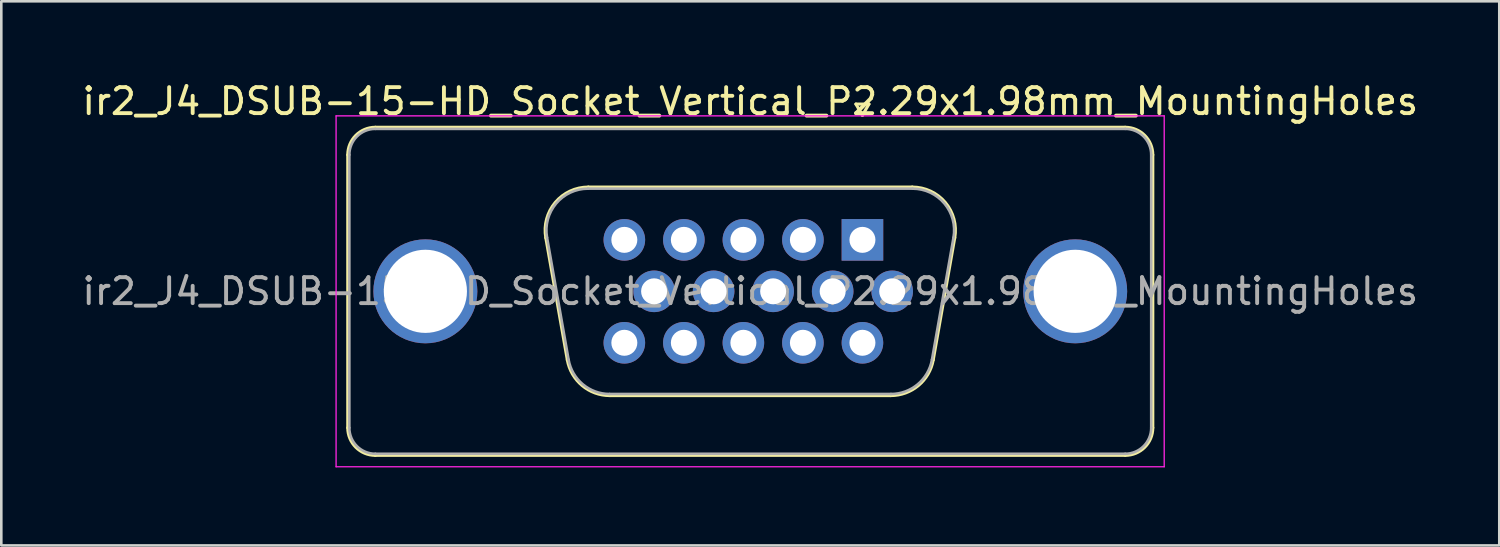
<source format=kicad_pcb>
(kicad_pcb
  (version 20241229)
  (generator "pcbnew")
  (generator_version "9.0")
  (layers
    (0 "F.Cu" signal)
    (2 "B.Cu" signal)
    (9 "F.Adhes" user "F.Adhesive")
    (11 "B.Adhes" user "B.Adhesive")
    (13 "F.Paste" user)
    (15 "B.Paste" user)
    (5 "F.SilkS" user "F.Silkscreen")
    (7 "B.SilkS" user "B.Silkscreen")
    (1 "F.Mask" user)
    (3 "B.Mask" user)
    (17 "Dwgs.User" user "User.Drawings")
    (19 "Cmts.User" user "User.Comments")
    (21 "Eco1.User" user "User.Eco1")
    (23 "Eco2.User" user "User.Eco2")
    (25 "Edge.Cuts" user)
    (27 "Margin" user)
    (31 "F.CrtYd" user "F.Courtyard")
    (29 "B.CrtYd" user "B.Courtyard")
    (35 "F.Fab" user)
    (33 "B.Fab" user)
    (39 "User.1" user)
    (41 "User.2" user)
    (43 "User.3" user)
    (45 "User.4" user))
  (footprint "ir2_J4_DSUB-15-HD_Socket_Vertical_P2.29x1.98mm_MountingHoles"
    (layer "F.Cu")
    (at 30.13 6.178)
    (property "Reference" "ir2_J4_DSUB-15-HD_Socket_Vertical_P2.29x1.98mm_MountingHoles" (at -4.315 -5.33 0) (layer "F.SilkS") (effects (font (size 1 1) (thickness 0.15))))
    (attr through_hole)
    (fp_line (start -19.8 7.23) (end -19.8 -3.27) (stroke (width 0.12) (type solid)) (layer "F.SilkS"))
    (fp_line (start -18.74 -4.33) (end 10.11 -4.33) (stroke (width 0.12) (type solid)) (layer "F.SilkS"))
    (fp_line (start -11.353 4.618) (end -12.181 -0.082) (stroke (width 0.12) (type solid)) (layer "F.SilkS"))
    (fp_line (start -10.547 -2.03) (end 1.917 -2.03) (stroke (width 0.12) (type solid)) (layer "F.SilkS"))
    (fp_line (start -0.25 -5.224) (end 0.25 -5.224) (stroke (width 0.12) (type solid)) (layer "F.SilkS"))
    (fp_line (start 0 -4.791) (end -0.25 -5.224) (stroke (width 0.12) (type solid)) (layer "F.SilkS"))
    (fp_line (start 0.25 -5.224) (end 0 -4.791) (stroke (width 0.12) (type solid)) (layer "F.SilkS"))
    (fp_line (start 1.088 5.99) (end -9.718 5.99) (stroke (width 0.12) (type solid)) (layer "F.SilkS"))
    (fp_line (start 3.551 -0.082) (end 2.723 4.618) (stroke (width 0.12) (type solid)) (layer "F.SilkS"))
    (fp_line (start 10.11 8.29) (end -18.74 8.29) (stroke (width 0.12) (type solid)) (layer "F.SilkS"))
    (fp_line (start 11.17 -3.27) (end 11.17 7.23) (stroke (width 0.12) (type solid)) (layer "F.SilkS"))
    (fp_arc (start -19.8 -3.27) (mid -19.489533 -4.019533) (end -18.74 -4.33) (stroke (width 0.12) (type solid)) (layer "F.SilkS"))
    (fp_arc (start -18.74 8.29) (mid -19.489533 7.979533) (end -19.8 7.23) (stroke (width 0.12) (type solid)) (layer "F.SilkS"))
    (fp_arc (start -12.18147 -0.081744) (mid -11.818323 -1.437027) (end -10.546689 -2.03) (stroke (width 0.12) (type solid)) (layer "F.SilkS"))
    (fp_arc (start -9.717952 5.99) (mid -10.78498 5.601634) (end -11.352733 4.618256) (stroke (width 0.12) (type solid)) (layer "F.SilkS"))
    (fp_arc (start 1.916689 -2.03) (mid 3.188323 -1.437027) (end 3.55147 -0.081744) (stroke (width 0.12) (type solid)) (layer "F.SilkS"))
    (fp_arc (start 2.722733 4.618256) (mid 2.15498 5.601634) (end 1.087952 5.99) (stroke (width 0.12) (type solid)) (layer "F.SilkS"))
    (fp_arc (start 10.11 -4.33) (mid 10.859533 -4.019533) (end 11.17 -3.27) (stroke (width 0.12) (type solid)) (layer "F.SilkS"))
    (fp_arc (start 11.17 7.23) (mid 10.859533 7.979533) (end 10.11 8.29) (stroke (width 0.12) (type solid)) (layer "F.SilkS"))
    (fp_line (start -20.25 -4.77) (end -20.25 8.73) (stroke (width 0.05) (type solid)) (layer "F.CrtYd"))
    (fp_line (start -20.25 8.73) (end 11.61 8.73) (stroke (width 0.05) (type solid)) (layer "F.CrtYd"))
    (fp_line (start 11.61 -4.77) (end -20.25 -4.77) (stroke (width 0.05) (type solid)) (layer "F.CrtYd"))
    (fp_line (start 11.61 8.73) (end 11.61 -4.77) (stroke (width 0.05) (type solid)) (layer "F.CrtYd"))
    (fp_line (start -19.74 7.23) (end -19.74 -3.27) (stroke (width 0.1) (type solid)) (layer "F.Fab"))
    (fp_line (start -18.74 -4.27) (end 10.11 -4.27) (stroke (width 0.1) (type solid)) (layer "F.Fab"))
    (fp_line (start -11.305 4.608) (end -12.134 -0.092) (stroke (width 0.1) (type solid)) (layer "F.Fab"))
    (fp_line (start -10.558 -1.97) (end 1.928 -1.97) (stroke (width 0.1) (type solid)) (layer "F.Fab"))
    (fp_line (start 1.099 5.93) (end -9.729 5.93) (stroke (width 0.1) (type solid)) (layer "F.Fab"))
    (fp_line (start 3.504 -0.092) (end 2.675 4.608) (stroke (width 0.1) (type solid)) (layer "F.Fab"))
    (fp_line (start 10.11 8.23) (end -18.74 8.23) (stroke (width 0.1) (type solid)) (layer "F.Fab"))
    (fp_line (start 11.11 -3.27) (end 11.11 7.23) (stroke (width 0.1) (type solid)) (layer "F.Fab"))
    (fp_arc (start -19.74 -3.27) (mid -19.447107 -3.977107) (end -18.74 -4.27) (stroke (width 0.1) (type solid)) (layer "F.Fab"))
    (fp_arc (start -18.74 8.23) (mid -19.447107 7.937107) (end -19.74 7.23) (stroke (width 0.1) (type solid)) (layer "F.Fab"))
    (fp_arc (start -12.133887 -0.092163) (mid -11.783865 -1.39846) (end -10.558194 -1.97) (stroke (width 0.1) (type solid)) (layer "F.Fab"))
    (fp_arc (start -9.729457 5.93) (mid -10.757918 5.555671) (end -11.30515 4.607837) (stroke (width 0.1) (type solid)) (layer "F.Fab"))
    (fp_arc (start 1.928194 -1.97) (mid 3.153865 -1.39846) (end 3.503887 -0.092163) (stroke (width 0.1) (type solid)) (layer "F.Fab"))
    (fp_arc (start 2.67515 4.607837) (mid 2.127918 5.555671) (end 1.099457 5.93) (stroke (width 0.1) (type solid)) (layer "F.Fab"))
    (fp_arc (start 10.11 -4.27) (mid 10.817107 -3.977107) (end 11.11 -3.27) (stroke (width 0.1) (type solid)) (layer "F.Fab"))
    (fp_arc (start 11.11 7.23) (mid 10.817107 7.937107) (end 10.11 8.23) (stroke (width 0.1) (type solid)) (layer "F.Fab"))
    (fp_text user "${REFERENCE}" (at -4.315 1.98 0) (layer "F.Fab") (effects (font (size 1 1) (thickness 0.15))))
    (pad "0" thru_hole circle (at -16.815 1.98) (size 4 4) (drill 3.2) (layers "*.Cu" "*.Mask"))
    (pad "0" thru_hole circle (at 8.185 1.98) (size 4 4) (drill 3.2) (layers "*.Cu" "*.Mask"))
    (pad "1" thru_hole rect (at 0 0) (size 1.6 1.6) (drill 1) (layers "*.Cu" "*.Mask"))
    (pad "2" thru_hole circle (at -2.29 0) (size 1.6 1.6) (drill 1) (layers "*.Cu" "*.Mask"))
    (pad "3" thru_hole circle (at -4.58 0) (size 1.6 1.6) (drill 1) (layers "*.Cu" "*.Mask"))
    (pad "4" thru_hole circle (at -6.87 0) (size 1.6 1.6) (drill 1) (layers "*.Cu" "*.Mask"))
    (pad "5" thru_hole circle (at -9.16 0) (size 1.6 1.6) (drill 1) (layers "*.Cu" "*.Mask"))
    (pad "6" thru_hole circle (at 1.145 1.98) (size 1.6 1.6) (drill 1) (layers "*.Cu" "*.Mask"))
    (pad "7" thru_hole circle (at -1.145 1.98) (size 1.6 1.6) (drill 1) (layers "*.Cu" "*.Mask"))
    (pad "8" thru_hole circle (at -3.435 1.98) (size 1.6 1.6) (drill 1) (layers "*.Cu" "*.Mask"))
    (pad "9" thru_hole circle (at -5.725 1.98) (size 1.6 1.6) (drill 1) (layers "*.Cu" "*.Mask"))
    (pad "10" thru_hole circle (at -8.015 1.98) (size 1.6 1.6) (drill 1) (layers "*.Cu" "*.Mask"))
    (pad "11" thru_hole circle (at 0 3.96) (size 1.6 1.6) (drill 1) (layers "*.Cu" "*.Mask"))
    (pad "12" thru_hole circle (at -2.29 3.96) (size 1.6 1.6) (drill 1) (layers "*.Cu" "*.Mask"))
    (pad "13" thru_hole circle (at -4.58 3.96) (size 1.6 1.6) (drill 1) (layers "*.Cu" "*.Mask"))
    (pad "14" thru_hole circle (at -6.87 3.96) (size 1.6 1.6) (drill 1) (layers "*.Cu" "*.Mask"))
    (pad "15" thru_hole circle (at -9.16 3.96) (size 1.6 1.6) (drill 1) (layers "*.Cu" "*.Mask")))
  (gr_rect
    (start -3 -3)
    (end 54.631 17.933)
    (stroke (width 0.1) (type default))
    (fill no)
    (layer "Edge.Cuts")))
</source>
